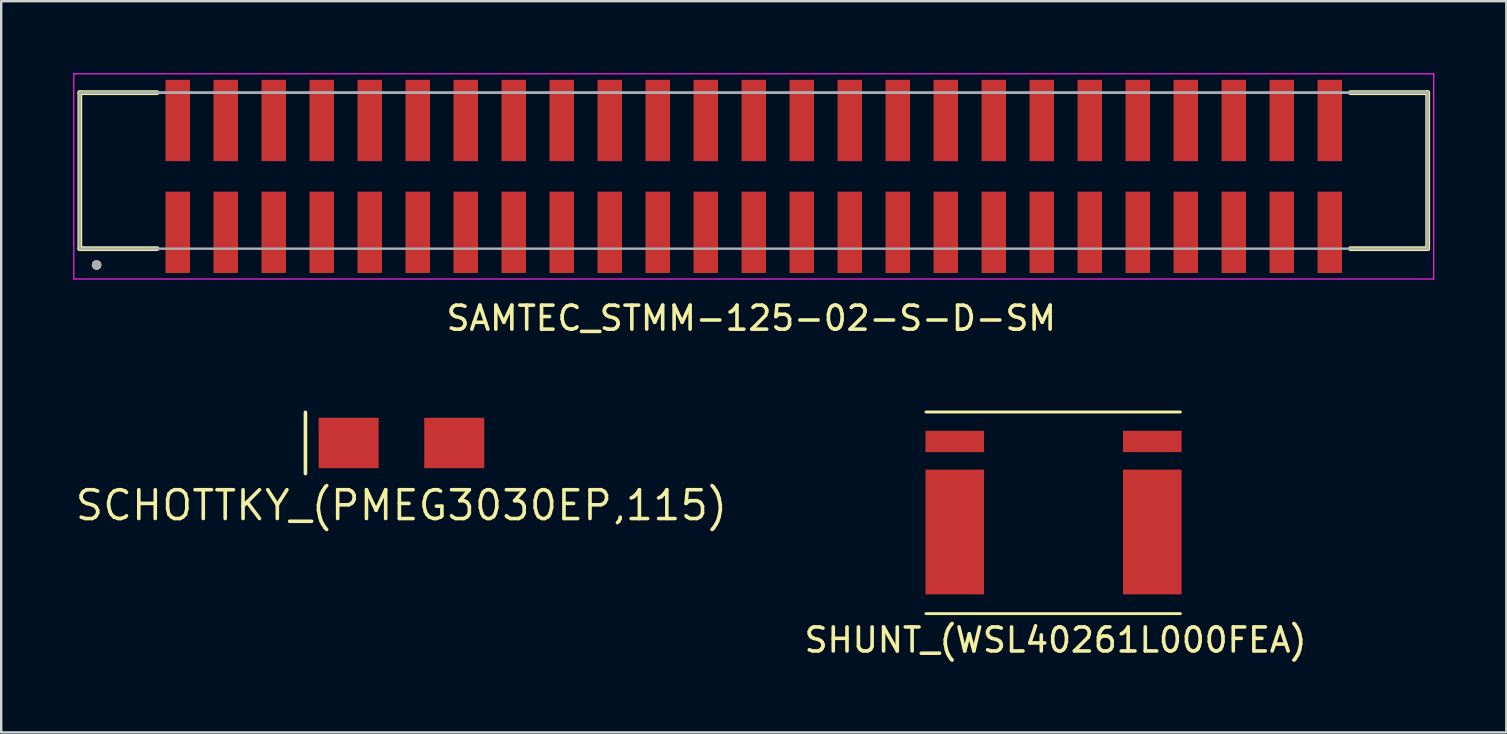
<source format=kicad_pcb>
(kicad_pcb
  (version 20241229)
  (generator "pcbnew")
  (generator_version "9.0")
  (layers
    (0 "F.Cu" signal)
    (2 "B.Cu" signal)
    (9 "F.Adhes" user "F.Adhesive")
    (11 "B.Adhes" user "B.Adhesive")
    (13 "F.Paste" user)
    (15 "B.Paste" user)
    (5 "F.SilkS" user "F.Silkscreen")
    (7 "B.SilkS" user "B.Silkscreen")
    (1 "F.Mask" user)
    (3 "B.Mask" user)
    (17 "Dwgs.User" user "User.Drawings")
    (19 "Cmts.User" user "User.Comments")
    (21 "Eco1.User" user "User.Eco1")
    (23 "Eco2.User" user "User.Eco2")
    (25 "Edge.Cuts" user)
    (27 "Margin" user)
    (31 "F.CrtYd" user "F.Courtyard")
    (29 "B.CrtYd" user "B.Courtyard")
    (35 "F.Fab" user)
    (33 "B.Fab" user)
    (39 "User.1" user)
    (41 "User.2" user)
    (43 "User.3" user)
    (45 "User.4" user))
  (footprint "SHUNT_(WSL40261L000FEA)"
    (layer "F.Cu")
    (at 38.73 23.816)
    (property "Reference" "SHUNT_(WSL40261L000FEA)" (at 2.2 -0.2 0) (layer "F.SilkS") (effects (font (size 1 1) (thickness 0.15))))
    (attr through_hole)
    (fp_line (start -3.2 -9.7) (end 7.4 -9.7) (stroke (width 0.12) (type solid)) (layer "F.SilkS"))
    (fp_line (start -3.2 -1.3) (end 7.4 -1.3) (stroke (width 0.12) (type solid)) (layer "F.SilkS"))
    (pad "1" smd rect (at -2 -4.7 90) (size 5.2 2.44) (layers "F.Cu" "F.Mask" "F.Paste"))
    (pad "2" smd rect (at -2 -8.473 90) (size 0.89 2.44) (layers "F.Cu" "F.Mask" "F.Paste"))
    (pad "3" smd rect (at 6.23 -8.473 90) (size 0.89 2.44) (layers "F.Cu" "F.Mask" "F.Paste"))
    (pad "4" smd rect (at 6.23 -4.7 90) (size 5.2 2.44) (layers "F.Cu" "F.Mask" "F.Paste")))
  (footprint "SCHOTTKY_(PMEG3030EP,115)"
    (layer "F.Cu")
    (at 13.676 15.406)
    (property "Reference" "SCHOTTKY_(PMEG3030EP,115)" (at 0 2.6 0) (layer "F.SilkS") (effects (font (size 1.2 1.2) (thickness 0.15))))
    (attr through_hole)
    (fp_line (start -4 1.275) (end -4 -1.275) (stroke (width 0.15) (type solid)) (layer "F.SilkS"))
    (pad "1" smd rect (at -2.2 0) (size 2.5 2.1) (layers "F.Cu" "F.Mask" "F.Paste"))
    (pad "2" smd rect (at 2.2 0) (size 2.5 2.1) (layers "F.Cu" "F.Mask" "F.Paste")))
  (footprint "SAMTEC_STMM-125-02-S-D-SM"
    (layer "F.Cu")
    (at 28.355 4.3)
    (property "Reference" "SAMTEC_STMM-125-02-S-D-SM" (at -0.104 5.908 0) (layer "F.SilkS") (effects (font (size 1 1) (thickness 0.15))))
    (attr through_hole)
    (fp_line (start -28.08 -3.49) (end -24.86 -3.49) (stroke (width 0.2) (type solid)) (layer "F.SilkS"))
    (fp_line (start -28.08 3.01) (end -28.08 -3.49) (stroke (width 0.2) (type solid)) (layer "F.SilkS"))
    (fp_line (start -24.86 3.01) (end -28.08 3.01) (stroke (width 0.2) (type solid)) (layer "F.SilkS"))
    (fp_line (start 24.86 -3.49) (end 28.08 -3.49) (stroke (width 0.2) (type solid)) (layer "F.SilkS"))
    (fp_line (start 24.86 3.01) (end 28.08 3.01) (stroke (width 0.2) (type solid)) (layer "F.SilkS"))
    (fp_line (start 28.08 -3.49) (end 28.08 3.01) (stroke (width 0.2) (type solid)) (layer "F.SilkS"))
    (fp_circle (center -27.38 3.69) (end -27.28 3.69) (stroke (width 0.2) (type solid)) (fill no) (layer "F.SilkS"))
    (fp_line (start -28.33 -4.275) (end 28.33 -4.275) (stroke (width 0.05) (type solid)) (layer "F.CrtYd"))
    (fp_line (start -28.33 4.275) (end -28.33 -4.275) (stroke (width 0.05) (type solid)) (layer "F.CrtYd"))
    (fp_line (start 28.33 -4.275) (end 28.33 4.275) (stroke (width 0.05) (type solid)) (layer "F.CrtYd"))
    (fp_line (start 28.33 4.275) (end -28.33 4.275) (stroke (width 0.05) (type solid)) (layer "F.CrtYd"))
    (fp_line (start -28.08 -3.49) (end 28.08 -3.49) (stroke (width 0.1) (type solid)) (layer "F.Fab"))
    (fp_line (start -28.08 -3.49) (end 28.08 -3.49) (stroke (width 0.1) (type solid)) (layer "F.Fab"))
    (fp_line (start -28.08 3.01) (end -28.08 -3.49) (stroke (width 0.1) (type solid)) (layer "F.Fab"))
    (fp_line (start -28.08 3.01) (end -28.08 -3.49) (stroke (width 0.1) (type solid)) (layer "F.Fab"))
    (fp_line (start 28.08 -3.49) (end 28.08 3.01) (stroke (width 0.1) (type solid)) (layer "F.Fab"))
    (fp_line (start 28.08 -3.49) (end 28.08 3.01) (stroke (width 0.1) (type solid)) (layer "F.Fab"))
    (fp_line (start 28.08 3.01) (end -28.08 3.01) (stroke (width 0.1) (type solid)) (layer "F.Fab"))
    (fp_circle (center -27.38 3.69) (end -27.28 3.69) (stroke (width 0.2) (type solid)) (fill no) (layer "F.Fab"))
    (pad "1" smd rect (at -24 2.33) (size 1.02 3.39) (layers "F.Cu" "F.Mask" "F.Paste"))
    (pad "2" smd rect (at -24 -2.33) (size 1.02 3.39) (layers "F.Cu" "F.Mask" "F.Paste"))
    (pad "3" smd rect (at -22 2.33) (size 1.02 3.39) (layers "F.Cu" "F.Mask" "F.Paste"))
    (pad "4" smd rect (at -22 -2.33) (size 1.02 3.39) (layers "F.Cu" "F.Mask" "F.Paste"))
    (pad "5" smd rect (at -20 2.33) (size 1.02 3.39) (layers "F.Cu" "F.Mask" "F.Paste"))
    (pad "6" smd rect (at -20 -2.33) (size 1.02 3.39) (layers "F.Cu" "F.Mask" "F.Paste"))
    (pad "7" smd rect (at -18 2.33) (size 1.02 3.39) (layers "F.Cu" "F.Mask" "F.Paste"))
    (pad "8" smd rect (at -18 -2.33) (size 1.02 3.39) (layers "F.Cu" "F.Mask" "F.Paste"))
    (pad "9" smd rect (at -16 2.33) (size 1.02 3.39) (layers "F.Cu" "F.Mask" "F.Paste"))
    (pad "10" smd rect (at -16 -2.33) (size 1.02 3.39) (layers "F.Cu" "F.Mask" "F.Paste"))
    (pad "11" smd rect (at -14 2.33) (size 1.02 3.39) (layers "F.Cu" "F.Mask" "F.Paste"))
    (pad "12" smd rect (at -14 -2.33) (size 1.02 3.39) (layers "F.Cu" "F.Mask" "F.Paste"))
    (pad "13" smd rect (at -12 2.33) (size 1.02 3.39) (layers "F.Cu" "F.Mask" "F.Paste"))
    (pad "14" smd rect (at -12 -2.33) (size 1.02 3.39) (layers "F.Cu" "F.Mask" "F.Paste"))
    (pad "15" smd rect (at -10 2.33) (size 1.02 3.39) (layers "F.Cu" "F.Mask" "F.Paste"))
    (pad "16" smd rect (at -10 -2.33) (size 1.02 3.39) (layers "F.Cu" "F.Mask" "F.Paste"))
    (pad "17" smd rect (at -8 2.33) (size 1.02 3.39) (layers "F.Cu" "F.Mask" "F.Paste"))
    (pad "18" smd rect (at -8 -2.33) (size 1.02 3.39) (layers "F.Cu" "F.Mask" "F.Paste"))
    (pad "19" smd rect (at -6 2.33) (size 1.02 3.39) (layers "F.Cu" "F.Mask" "F.Paste"))
    (pad "20" smd rect (at -6 -2.33) (size 1.02 3.39) (layers "F.Cu" "F.Mask" "F.Paste"))
    (pad "21" smd rect (at -4 2.33) (size 1.02 3.39) (layers "F.Cu" "F.Mask" "F.Paste"))
    (pad "22" smd rect (at -4 -2.33) (size 1.02 3.39) (layers "F.Cu" "F.Mask" "F.Paste"))
    (pad "23" smd rect (at -2 2.33) (size 1.02 3.39) (layers "F.Cu" "F.Mask" "F.Paste"))
    (pad "24" smd rect (at -2 -2.33) (size 1.02 3.39) (layers "F.Cu" "F.Mask" "F.Paste"))
    (pad "25" smd rect (at 0 2.33) (size 1.02 3.39) (layers "F.Cu" "F.Mask" "F.Paste"))
    (pad "26" smd rect (at 0 -2.33) (size 1.02 3.39) (layers "F.Cu" "F.Mask" "F.Paste"))
    (pad "27" smd rect (at 2 2.33) (size 1.02 3.39) (layers "F.Cu" "F.Mask" "F.Paste"))
    (pad "28" smd rect (at 2 -2.33) (size 1.02 3.39) (layers "F.Cu" "F.Mask" "F.Paste"))
    (pad "29" smd rect (at 4 2.33) (size 1.02 3.39) (layers "F.Cu" "F.Mask" "F.Paste"))
    (pad "30" smd rect (at 4 -2.33) (size 1.02 3.39) (layers "F.Cu" "F.Mask" "F.Paste"))
    (pad "31" smd rect (at 6 2.33) (size 1.02 3.39) (layers "F.Cu" "F.Mask" "F.Paste"))
    (pad "32" smd rect (at 6 -2.33) (size 1.02 3.39) (layers "F.Cu" "F.Mask" "F.Paste"))
    (pad "33" smd rect (at 8 2.33) (size 1.02 3.39) (layers "F.Cu" "F.Mask" "F.Paste"))
    (pad "34" smd rect (at 8 -2.33) (size 1.02 3.39) (layers "F.Cu" "F.Mask" "F.Paste"))
    (pad "35" smd rect (at 10 2.33) (size 1.02 3.39) (layers "F.Cu" "F.Mask" "F.Paste"))
    (pad "36" smd rect (at 10 -2.33) (size 1.02 3.39) (layers "F.Cu" "F.Mask" "F.Paste"))
    (pad "37" smd rect (at 12 2.33) (size 1.02 3.39) (layers "F.Cu" "F.Mask" "F.Paste"))
    (pad "38" smd rect (at 12 -2.33) (size 1.02 3.39) (layers "F.Cu" "F.Mask" "F.Paste"))
    (pad "39" smd rect (at 14 2.33) (size 1.02 3.39) (layers "F.Cu" "F.Mask" "F.Paste"))
    (pad "40" smd rect (at 14 -2.33) (size 1.02 3.39) (layers "F.Cu" "F.Mask" "F.Paste"))
    (pad "41" smd rect (at 16 2.33) (size 1.02 3.39) (layers "F.Cu" "F.Mask" "F.Paste"))
    (pad "42" smd rect (at 16 -2.33) (size 1.02 3.39) (layers "F.Cu" "F.Mask" "F.Paste"))
    (pad "43" smd rect (at 18 2.33) (size 1.02 3.39) (layers "F.Cu" "F.Mask" "F.Paste"))
    (pad "44" smd rect (at 18 -2.33) (size 1.02 3.39) (layers "F.Cu" "F.Mask" "F.Paste"))
    (pad "45" smd rect (at 20 2.33) (size 1.02 3.39) (layers "F.Cu" "F.Mask" "F.Paste"))
    (pad "46" smd rect (at 20 -2.33) (size 1.02 3.39) (layers "F.Cu" "F.Mask" "F.Paste"))
    (pad "47" smd rect (at 22 2.33) (size 1.02 3.39) (layers "F.Cu" "F.Mask" "F.Paste"))
    (pad "48" smd rect (at 22 -2.33) (size 1.02 3.39) (layers "F.Cu" "F.Mask" "F.Paste"))
    (pad "49" smd rect (at 24 2.33) (size 1.02 3.39) (layers "F.Cu" "F.Mask" "F.Paste"))
    (pad "50" smd rect (at 24 -2.33) (size 1.02 3.39) (layers "F.Cu" "F.Mask" "F.Paste")))
  (gr_rect
    (start -3 -3)
    (end 59.71 27.465)
    (stroke (width 0.1) (type default))
    (fill no)
    (layer "Edge.Cuts")))
</source>
